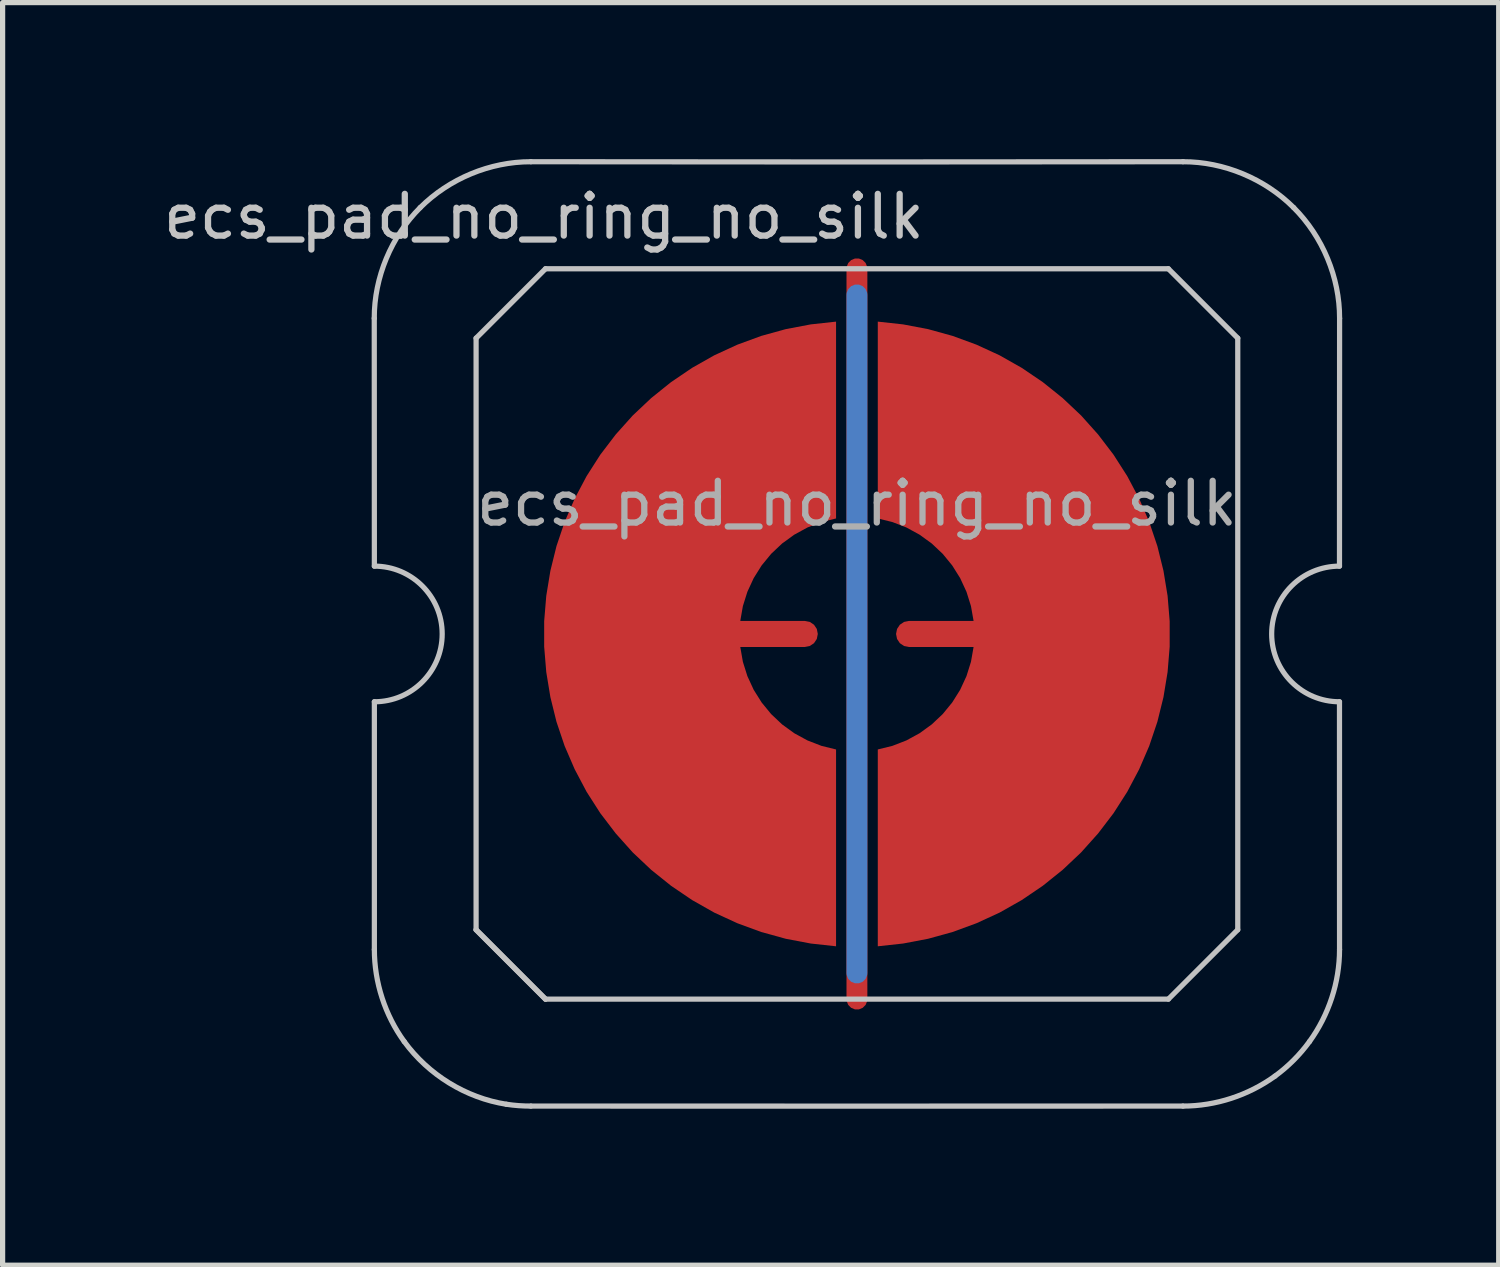
<source format=kicad_pcb>
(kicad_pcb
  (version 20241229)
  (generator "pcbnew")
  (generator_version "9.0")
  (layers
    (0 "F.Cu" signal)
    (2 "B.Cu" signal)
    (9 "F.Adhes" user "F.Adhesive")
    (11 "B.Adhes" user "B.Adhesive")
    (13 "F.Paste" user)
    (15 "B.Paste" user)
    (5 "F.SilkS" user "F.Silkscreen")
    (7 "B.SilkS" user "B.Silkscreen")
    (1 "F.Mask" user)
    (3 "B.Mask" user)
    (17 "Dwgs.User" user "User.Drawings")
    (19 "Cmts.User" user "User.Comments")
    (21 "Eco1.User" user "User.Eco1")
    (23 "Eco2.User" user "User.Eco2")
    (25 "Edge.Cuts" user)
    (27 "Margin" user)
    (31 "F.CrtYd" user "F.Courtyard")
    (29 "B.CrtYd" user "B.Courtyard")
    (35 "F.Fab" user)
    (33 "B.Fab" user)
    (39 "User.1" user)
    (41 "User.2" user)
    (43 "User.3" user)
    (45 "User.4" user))
  (footprint "ecs_pad_no_ring_no_silk"
    (layer "F.Cu")
    (at 13.376 9.102)
    (property "Reference" "ecs_pad_no_ring_no_silk" (at -6 -8 0) (layer "Dwgs.User") (effects (font (size 0.8 0.8) (thickness 0.12))))
    (attr smd)
    (fp_line (start -9.252 -6.05) (end -9.25 -1.3) (stroke (width 0.1) (type solid)) (layer "Dwgs.User"))
    (fp_line (start -9.25 1.3) (end -9.25 6.049) (stroke (width 0.1) (type solid)) (layer "Dwgs.User"))
    (fp_line (start -7.3 -5.67) (end -5.97 -7) (stroke (width 0.1) (type solid)) (layer "Dwgs.User"))
    (fp_line (start -7.3 5.67) (end -7.3 -5.67) (stroke (width 0.1) (type solid)) (layer "Dwgs.User"))
    (fp_line (start -7.3 5.67) (end -5.97 7) (stroke (width 0.1) (type solid)) (layer "Dwgs.User"))
    (fp_line (start -5.97 -7) (end 5.97 -7) (stroke (width 0.1) (type solid)) (layer "Dwgs.User"))
    (fp_line (start -5.97 7) (end -7.3 5.67) (stroke (width 0.1) (type solid)) (layer "Dwgs.User"))
    (fp_line (start 5.97 -7) (end 7.3 -5.67) (stroke (width 0.1) (type solid)) (layer "Dwgs.User"))
    (fp_line (start 5.97 7) (end -5.97 7) (stroke (width 0.1) (type solid)) (layer "Dwgs.User"))
    (fp_line (start 7.3 -5.67) (end 7.3 5.67) (stroke (width 0.1) (type solid)) (layer "Dwgs.User"))
    (fp_line (start 7.3 5.67) (end 5.97 7) (stroke (width 0.1) (type solid)) (layer "Dwgs.User"))
    (fp_line (start 9.25 1.3) (end 9.251 6.049) (stroke (width 0.1) (type solid)) (layer "Dwgs.User"))
    (fp_line (start 9.252 -6.05) (end 9.25 -1.3) (stroke (width 0.1) (type solid)) (layer "Dwgs.User"))
    (fp_arc (start -9.25 -1.3) (mid -7.95 0) (end -9.25 1.3) (stroke (width 0.1) (type solid)) (layer "Dwgs.User"))
    (fp_arc (start 9.25 1.3) (mid 7.95 0) (end 9.25 -1.3) (stroke (width 0.1) (type solid)) (layer "Dwgs.User"))
    (fp_curve (pts (xy -9.25 6.049) (xy -9.25 6.677) (xy -9.046 7.307) (xy -8.677 7.814)) (stroke (width 0.1) (type solid)) (layer "Dwgs.User"))
    (fp_curve (pts (xy -8.677 7.814) (xy -8.215 8.449) (xy -7.496 8.893) (xy -6.72 9.015)) (stroke (width 0.1) (type solid)) (layer "Dwgs.User"))
    (fp_curve (pts (xy -8.372 -8.172) (xy -8.926 -7.618) (xy -9.254 -6.836) (xy -9.252 -6.05)) (stroke (width 0.1) (type solid)) (layer "Dwgs.User"))
    (fp_curve (pts (xy -6.72 9.015) (xy -6.564 9.039) (xy -6.407 9.05) (xy -6.25 9.05)) (stroke (width 0.1) (type solid)) (layer "Dwgs.User"))
    (fp_curve (pts (xy -6.25 9.05) (xy -2.118 9.052) (xy 2.117 9.05) (xy 6.25 9.05)) (stroke (width 0.1) (type solid)) (layer "Dwgs.User"))
    (fp_curve (pts (xy -6.25 -9.052) (xy -7.035 -9.053) (xy -7.817 -8.726) (xy -8.372 -8.172)) (stroke (width 0.1) (type solid)) (layer "Dwgs.User"))
    (fp_curve (pts (xy 6.25 -9.052) (xy 2.116 -9.046) (xy -2.116 -9.046) (xy -6.25 -9.052)) (stroke (width 0.1) (type solid)) (layer "Dwgs.User"))
    (fp_curve (pts (xy 6.25 9.05) (xy 6.878 9.05) (xy 7.504 8.844) (xy 8.013 8.476)) (stroke (width 0.1) (type solid)) (layer "Dwgs.User"))
    (fp_curve (pts (xy 8.013 8.476) (xy 8.267 8.291) (xy 8.492 8.066) (xy 8.676 7.812)) (stroke (width 0.1) (type solid)) (layer "Dwgs.User"))
    (fp_curve (pts (xy 8.372 -8.172) (xy 7.817 -8.726) (xy 7.035 -9.053) (xy 6.25 -9.052)) (stroke (width 0.1) (type solid)) (layer "Dwgs.User"))
    (fp_curve (pts (xy 8.676 7.812) (xy 9.045 7.303) (xy 9.251 6.678) (xy 9.251 6.049)) (stroke (width 0.1) (type solid)) (layer "Dwgs.User"))
    (fp_curve (pts (xy 9.252 -6.05) (xy 9.254 -6.836) (xy 8.926 -7.618) (xy 8.372 -8.172)) (stroke (width 0.1) (type solid)) (layer "Dwgs.User"))
    (fp_text user "${REFERENCE}" (at 0 -2.5 0) (layer "F.Fab") (effects (font (size 0.8 0.8) (thickness 0.12))))
    (pad "1" smd custom (at -1 0) (size 0.4 0.4) (layers "F.Cu") (options (anchor circle)) (primitives (gr_poly (pts (xy 0.6 -2.214) (xy 0.32 -2.145) (xy 0.052 -2.041) (xy -0.201 -1.903) (xy -0.434 -1.734) (xy -0.644 -1.536) (xy -0.826 -1.314) (xy -0.979 -1.07) (xy -1.1 -0.808) (xy -1.186 -0.534) (xy -1.236 -0.25) (xy 0 -0.25) (xy 0.096 -0.231) (xy 0.177 -0.177) (xy 0.231 -0.096) (xy 0.25 0) (xy 0.231 0.096) (xy 0.177 0.177) (xy 0.096 0.231) (xy 0 0.25) (xy -1.236 0.25) (xy -1.186 0.534) (xy -1.1 0.808) (xy -0.979 1.07) (xy -0.826 1.314) (xy -0.644 1.536) (xy -0.434 1.734) (xy -0.201 1.903) (xy 0.052 2.041) (xy 0.32 2.145) (xy 0.6 2.214) (xy 0.6 5.987) (xy 0.115 5.934) (xy -0.364 5.843) (xy -0.834 5.713) (xy -1.292 5.545) (xy -1.735 5.341) (xy -2.159 5.101) (xy -2.563 4.827) (xy -2.943 4.522) (xy -3.298 4.187) (xy -3.623 3.824) (xy -3.919 3.436) (xy -4.182 3.025) (xy -4.41 2.594) (xy -4.603 2.147) (xy -4.759 1.684) (xy -4.876 1.211) (xy -4.955 0.73) (xy -4.995 0.244) (xy -4.995 -0.244) (xy -4.955 -0.73) (xy -4.876 -1.211) (xy -4.759 -1.684) (xy -4.603 -2.147) (xy -4.41 -2.594) (xy -4.182 -3.025) (xy -3.919 -3.436) (xy -3.623 -3.824) (xy -3.298 -4.187) (xy -2.943 -4.522) (xy -2.563 -4.827) (xy -2.159 -5.101) (xy -1.735 -5.341) (xy -1.292 -5.545) (xy -0.834 -5.713) (xy -0.364 -5.843) (xy 0.115 -5.934) (xy 0.6 -5.987)) (width 0) (fill yes))))
    (pad "2" smd custom (at 1 0 180) (size 0.4 0.4) (layers "F.Cu") (options (anchor circle)) (primitives (gr_poly (pts (xy 0.6 -2.214) (xy 0.32 -2.145) (xy 0.052 -2.041) (xy -0.201 -1.903) (xy -0.434 -1.734) (xy -0.644 -1.536) (xy -0.826 -1.314) (xy -0.979 -1.07) (xy -1.1 -0.808) (xy -1.186 -0.534) (xy -1.236 -0.25) (xy 0 -0.25) (xy 0.096 -0.231) (xy 0.177 -0.177) (xy 0.231 -0.096) (xy 0.25 0) (xy 0.231 0.096) (xy 0.177 0.177) (xy 0.096 0.231) (xy 0 0.25) (xy -1.236 0.25) (xy -1.186 0.534) (xy -1.1 0.808) (xy -0.979 1.07) (xy -0.826 1.314) (xy -0.644 1.536) (xy -0.434 1.734) (xy -0.201 1.903) (xy 0.052 2.041) (xy 0.32 2.145) (xy 0.6 2.214) (xy 0.6 5.987) (xy 0.115 5.934) (xy -0.364 5.843) (xy -0.834 5.713) (xy -1.292 5.545) (xy -1.735 5.341) (xy -2.159 5.101) (xy -2.563 4.827) (xy -2.943 4.522) (xy -3.298 4.187) (xy -3.623 3.824) (xy -3.919 3.436) (xy -4.182 3.025) (xy -4.41 2.594) (xy -4.603 2.147) (xy -4.759 1.684) (xy -4.876 1.211) (xy -4.955 0.73) (xy -4.995 0.244) (xy -4.995 -0.244) (xy -4.955 -0.73) (xy -4.876 -1.211) (xy -4.759 -1.684) (xy -4.603 -2.147) (xy -4.41 -2.594) (xy -4.182 -3.025) (xy -3.919 -3.436) (xy -3.623 -3.824) (xy -3.298 -4.187) (xy -2.943 -4.522) (xy -2.563 -4.827) (xy -2.159 -5.101) (xy -1.735 -5.341) (xy -1.292 -5.545) (xy -0.834 -5.713) (xy -0.364 -5.843) (xy 0.115 -5.934) (xy 0.6 -5.987)) (width 0) (fill yes))))
    (pad "3" smd custom (at 0 0) (size 0.4 0.4) (layers "F.Cu") (options (anchor rect)) (primitives (gr_line (start 0 -7) (end 0 7) (width 0.4))))
    (pad "3" smd custom (at 0 0) (size 0.4 0.4) (layers "B.Cu") (options (anchor rect)) (primitives (gr_line (start 0 -6.5) (end 0 6.5) (width 0.4))))
    (zone (net_name "") (layer "F.Cu") (hatch edge 0.508) (connect_pads) (min_thickness 0.254) (filled_areas_thickness no) (keepout (tracks allowed) (vias allowed) (pads allowed) (copperpour not_allowed) (footprints allowed)) (placement (enabled no)) (fill) (polygon (pts (xy 20.381 9.102) (xy 20.362 8.589) (xy 20.306 8.078) (xy 20.212 7.574) (xy 20.082 7.077) (xy 19.916 6.591) (xy 19.714 6.119) (xy 19.479 5.663) (xy 19.211 5.225) (xy 18.911 4.808) (xy 18.582 4.415) (xy 18.225 4.046) (xy 17.841 3.704) (xy 17.434 3.392) (xy 17.005 3.11) (xy 16.556 2.86) (xy 16.091 2.644) (xy 15.61 2.463) (xy 15.118 2.317) (xy 14.617 2.208) (xy 14.108 2.135) (xy 13.596 2.1) (xy 13.083 2.103) (xy 12.571 2.143) (xy 12.064 2.221) (xy 11.563 2.335) (xy 11.073 2.486) (xy 10.594 2.673) (xy 10.131 2.894) (xy 9.685 3.148) (xy 9.259 3.435) (xy 8.855 3.751) (xy 8.475 4.097) (xy 8.122 4.469) (xy 7.797 4.867) (xy 7.501 5.287) (xy 7.238 5.727) (xy 7.007 6.186) (xy 6.811 6.66) (xy 6.649 7.147) (xy 6.524 7.645) (xy 6.436 8.151) (xy 6.385 8.662) (xy 6.372 9.175) (xy 6.396 9.688) (xy 6.458 10.198) (xy 6.556 10.701) (xy 6.692 11.196) (xy 6.863 11.68) (xy 7.07 12.15) (xy 7.31 12.604) (xy 7.583 13.039) (xy 7.886 13.453) (xy 8.22 13.843) (xy 8.581 14.208) (xy 8.968 14.546) (xy 9.378 14.854) (xy 9.81 15.131) (xy 10.262 15.376) (xy 10.729 15.587) (xy 11.212 15.764) (xy 11.705 15.904) (xy 12.208 16.009) (xy 12.717 16.076) (xy 13.229 16.105) (xy 13.743 16.097) (xy 14.254 16.051) (xy 14.761 15.968) (xy 15.26 15.849) (xy 15.749 15.692) (xy 16.225 15.501) (xy 16.686 15.275) (xy 17.13 15.016) (xy 17.553 14.725) (xy 17.953 14.404) (xy 18.329 14.055) (xy 18.679 13.679) (xy 19 13.278) (xy 19.291 12.855) (xy 19.55 12.412) (xy 19.775 11.951) (xy 19.967 11.475) (xy 20.123 10.985) (xy 20.243 10.486) (xy 20.326 9.98) (xy 20.371 9.468))))
    (zone (net_name "") (layer "B.Cu") (hatch edge 0.508) (connect_pads) (min_thickness 0.254) (filled_areas_thickness no) (keepout (tracks allowed) (vias allowed) (pads allowed) (copperpour not_allowed) (footprints allowed)) (placement (enabled no)) (fill) (polygon (pts (xy 19.934 9.102) (xy 19.914 8.587) (xy 19.854 8.076) (xy 19.753 7.571) (xy 19.613 7.075) (xy 19.435 6.592) (xy 19.22 6.124) (xy 18.968 5.675) (xy 18.682 5.247) (xy 18.363 4.842) (xy 18.014 4.464) (xy 17.635 4.115) (xy 17.231 3.796) (xy 16.803 3.51) (xy 16.354 3.258) (xy 15.886 3.043) (xy 15.403 2.864) (xy 14.907 2.725) (xy 14.402 2.624) (xy 13.891 2.564) (xy 13.376 2.543) (xy 12.862 2.564) (xy 12.35 2.624) (xy 11.845 2.725) (xy 11.35 2.864) (xy 10.866 3.043) (xy 10.399 3.258) (xy 9.95 3.51) (xy 9.521 3.796) (xy 9.117 4.115) (xy 8.739 4.464) (xy 8.389 4.842) (xy 8.07 5.247) (xy 7.784 5.675) (xy 7.533 6.124) (xy 7.317 6.592) (xy 7.139 7.075) (xy 6.999 7.571) (xy 6.899 8.076) (xy 6.838 8.587) (xy 6.818 9.102) (xy 6.838 9.616) (xy 6.899 10.128) (xy 6.999 10.633) (xy 7.139 11.128) (xy 7.317 11.611) (xy 7.533 12.079) (xy 7.784 12.528) (xy 8.07 12.957) (xy 8.389 13.361) (xy 8.739 13.739) (xy 9.117 14.089) (xy 9.521 14.407) (xy 9.95 14.694) (xy 10.399 14.945) (xy 10.866 15.161) (xy 11.35 15.339) (xy 11.845 15.479) (xy 12.35 15.579) (xy 12.862 15.64) (xy 13.376 15.66) (xy 13.891 15.64) (xy 14.402 15.579) (xy 14.907 15.479) (xy 15.403 15.339) (xy 15.886 15.161) (xy 16.354 14.945) (xy 16.803 14.694) (xy 17.231 14.407) (xy 17.635 14.089) (xy 18.014 13.739) (xy 18.363 13.361) (xy 18.682 12.957) (xy 18.968 12.528) (xy 19.22 12.079) (xy 19.435 11.611) (xy 19.613 11.128) (xy 19.753 10.633) (xy 19.854 10.128) (xy 19.914 9.616)))))
  (gr_rect
    (start -3 -3)
    (end 25.678 21.202)
    (stroke (width 0.1) (type default))
    (fill no)
    (layer "Edge.Cuts")))
</source>
